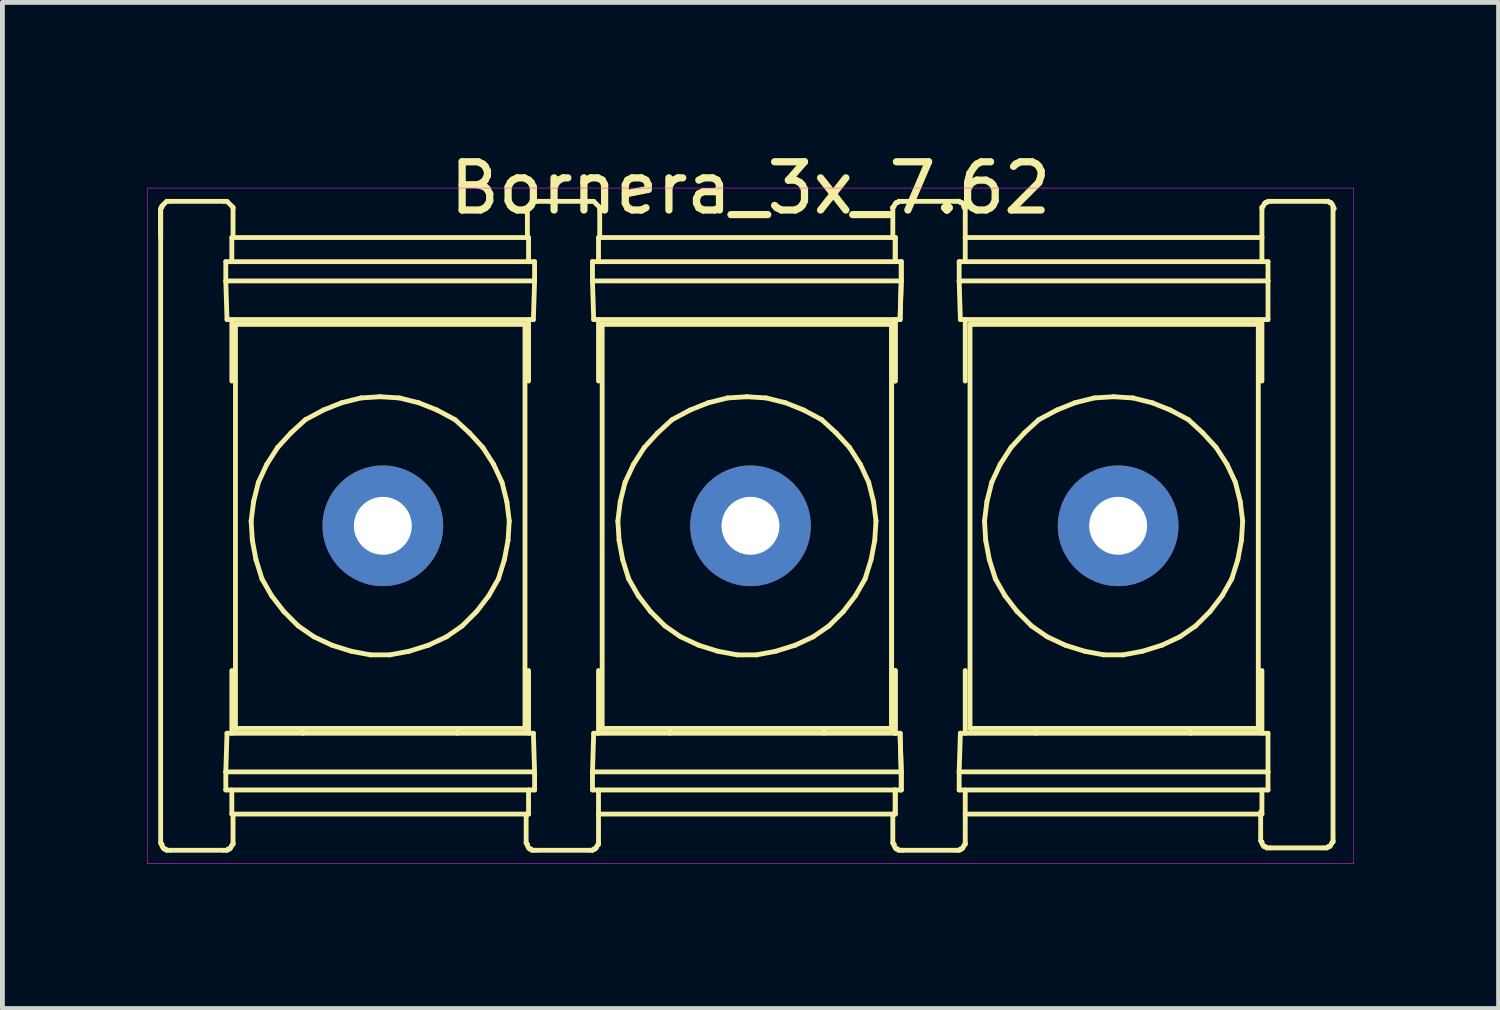
<source format=kicad_pcb>
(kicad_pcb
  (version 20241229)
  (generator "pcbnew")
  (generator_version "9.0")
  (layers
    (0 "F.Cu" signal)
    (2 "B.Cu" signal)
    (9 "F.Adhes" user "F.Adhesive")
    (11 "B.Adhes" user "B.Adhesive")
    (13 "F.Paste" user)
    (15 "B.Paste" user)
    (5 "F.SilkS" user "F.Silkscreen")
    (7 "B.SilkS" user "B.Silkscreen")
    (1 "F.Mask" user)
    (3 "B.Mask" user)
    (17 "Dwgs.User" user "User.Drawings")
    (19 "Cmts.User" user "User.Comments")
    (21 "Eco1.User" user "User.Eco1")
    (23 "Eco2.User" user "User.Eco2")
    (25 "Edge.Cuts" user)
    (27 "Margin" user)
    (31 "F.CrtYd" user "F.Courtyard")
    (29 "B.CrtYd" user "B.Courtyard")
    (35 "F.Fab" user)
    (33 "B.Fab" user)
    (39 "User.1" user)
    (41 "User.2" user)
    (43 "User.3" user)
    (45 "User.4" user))
  (footprint "Bornera_3x_7.62"
    (layer "F.Cu")
    (at 12.505 7.848)
    (property "Reference" "Bornera_3x_7.62" (at 0 -7 0) (layer "F.SilkS") (effects (font (size 1 1) (thickness 0.15))))
    (attr through_hole)
    (fp_line (start -12.225 -5.975) (end -12.225 -6.575) (stroke (width 0.1) (type solid)) (layer "F.SilkS"))
    (fp_line (start -12.225 6.575) (end -12.225 -6.525) (stroke (width 0.1) (type solid)) (layer "F.SilkS"))
    (fp_line (start -12.225 6.575) (end -12.2 6.6) (stroke (width 0.1) (type solid)) (layer "F.SilkS"))
    (fp_line (start -12.2 -6.625) (end -12.2 -6.6) (stroke (width 0.1) (type solid)) (layer "F.SilkS"))
    (fp_line (start -12.2 -6.6) (end -12.225 -6.575) (stroke (width 0.1) (type solid)) (layer "F.SilkS"))
    (fp_line (start -12.2 6.6) (end -12.2 6.625) (stroke (width 0.1) (type solid)) (layer "F.SilkS"))
    (fp_line (start -12.2 6.625) (end -12.174 6.675) (stroke (width 0.1) (type solid)) (layer "F.SilkS"))
    (fp_line (start -12.174 -6.65) (end -12.2 -6.625) (stroke (width 0.1) (type solid)) (layer "F.SilkS"))
    (fp_line (start -12.174 6.675) (end -12.149 6.7) (stroke (width 0.1) (type solid)) (layer "F.SilkS"))
    (fp_line (start -12.149 6.7) (end -12.124 6.7) (stroke (width 0.1) (type solid)) (layer "F.SilkS"))
    (fp_line (start -12.124 6.7) (end -12.1 6.725) (stroke (width 0.1) (type solid)) (layer "F.SilkS"))
    (fp_line (start -12.1 -6.725) (end -12.174 -6.65) (stroke (width 0.1) (type solid)) (layer "F.SilkS"))
    (fp_line (start -12.1 6.725) (end -12.025 6.725) (stroke (width 0.1) (type solid)) (layer "F.SilkS"))
    (fp_line (start -12.025 -6.725) (end -12.1 -6.725) (stroke (width 0.1) (type solid)) (layer "F.SilkS"))
    (fp_line (start -12.025 -6.725) (end -10.924 -6.725) (stroke (width 0.1) (type solid)) (layer "F.SilkS"))
    (fp_line (start -10.924 6.725) (end -12.025 6.725) (stroke (width 0.1) (type solid)) (layer "F.SilkS"))
    (fp_line (start -10.924 6.725) (end -10.85 6.725) (stroke (width 0.1) (type solid)) (layer "F.SilkS"))
    (fp_line (start -10.875 -5.475) (end -10.875 -5.075) (stroke (width 0.1) (type solid)) (layer "F.SilkS"))
    (fp_line (start -10.875 -5.075) (end -10.85 -4.275) (stroke (width 0.1) (type solid)) (layer "F.SilkS"))
    (fp_line (start -10.875 5.1) (end -10.875 5.475) (stroke (width 0.1) (type solid)) (layer "F.SilkS"))
    (fp_line (start -10.85 -6.725) (end -10.924 -6.725) (stroke (width 0.1) (type solid)) (layer "F.SilkS"))
    (fp_line (start -10.85 4.3) (end -10.875 5.1) (stroke (width 0.1) (type solid)) (layer "F.SilkS"))
    (fp_line (start -10.85 6.725) (end -10.825 6.7) (stroke (width 0.1) (type solid)) (layer "F.SilkS"))
    (fp_line (start -10.825 6.7) (end -10.8 6.7) (stroke (width 0.1) (type solid)) (layer "F.SilkS"))
    (fp_line (start -10.8 6.7) (end -10.775 6.675) (stroke (width 0.1) (type solid)) (layer "F.SilkS"))
    (fp_line (start -10.775 6.675) (end -10.75 6.625) (stroke (width 0.1) (type solid)) (layer "F.SilkS"))
    (fp_line (start -10.75 -5.975) (end -10.75 -5.475) (stroke (width 0.1) (type solid)) (layer "F.SilkS"))
    (fp_line (start -10.75 -4.275) (end -10.75 -3) (stroke (width 0.1) (type solid)) (layer "F.SilkS"))
    (fp_line (start -10.75 3) (end -10.75 4.3) (stroke (width 0.1) (type solid)) (layer "F.SilkS"))
    (fp_line (start -10.75 5.475) (end -10.75 5.975) (stroke (width 0.1) (type solid)) (layer "F.SilkS"))
    (fp_line (start -10.75 6.625) (end -10.725 6.6) (stroke (width 0.1) (type solid)) (layer "F.SilkS"))
    (fp_line (start -10.725 -6.6) (end -10.85 -6.725) (stroke (width 0.1) (type solid)) (layer "F.SilkS"))
    (fp_line (start -10.725 -6.575) (end -10.725 -6.6) (stroke (width 0.1) (type solid)) (layer "F.SilkS"))
    (fp_line (start -10.725 -5.975) (end -10.725 -6.575) (stroke (width 0.1) (type solid)) (layer "F.SilkS"))
    (fp_line (start -10.725 6.575) (end -10.725 5.975) (stroke (width 0.1) (type solid)) (layer "F.SilkS"))
    (fp_line (start -10.725 6.6) (end -10.725 6.575) (stroke (width 0.1) (type solid)) (layer "F.SilkS"))
    (fp_line (start -10.675 -4.175) (end -4.674 -4.175) (stroke (width 0.1) (type solid)) (layer "F.SilkS"))
    (fp_line (start -10.675 4.2) (end -10.675 -4.175) (stroke (width 0.1) (type solid)) (layer "F.SilkS"))
    (fp_line (start -10.35 -0.1) (end -10.325 0.3) (stroke (width 0.1) (type solid)) (layer "F.SilkS"))
    (fp_line (start -10.325 0.3) (end -10.25 0.7) (stroke (width 0.1) (type solid)) (layer "F.SilkS"))
    (fp_line (start -10.299 -0.5) (end -10.35 -0.1) (stroke (width 0.1) (type solid)) (layer "F.SilkS"))
    (fp_line (start -10.25 0.7) (end -10.125 1.1) (stroke (width 0.1) (type solid)) (layer "F.SilkS"))
    (fp_line (start -10.2 -0.9) (end -10.299 -0.5) (stroke (width 0.1) (type solid)) (layer "F.SilkS"))
    (fp_line (start -10.125 1.1) (end -9.925 1.45) (stroke (width 0.1) (type solid)) (layer "F.SilkS"))
    (fp_line (start -10.025 -1.275) (end -10.2 -0.9) (stroke (width 0.1) (type solid)) (layer "F.SilkS"))
    (fp_line (start -9.925 1.45) (end -9.674 1.775) (stroke (width 0.1) (type solid)) (layer "F.SilkS"))
    (fp_line (start -9.8 -1.625) (end -10.025 -1.275) (stroke (width 0.1) (type solid)) (layer "F.SilkS"))
    (fp_line (start -9.674 1.775) (end -9.375 2.075) (stroke (width 0.1) (type solid)) (layer "F.SilkS"))
    (fp_line (start -9.525 -1.925) (end -9.8 -1.625) (stroke (width 0.1) (type solid)) (layer "F.SilkS"))
    (fp_line (start -9.375 2.075) (end -9.049 2.3) (stroke (width 0.1) (type solid)) (layer "F.SilkS"))
    (fp_line (start -9.275 4.3) (end -9.275 4.2) (stroke (width 0.1) (type solid)) (layer "F.SilkS"))
    (fp_line (start -9.225 -2.2) (end -9.525 -1.925) (stroke (width 0.1) (type solid)) (layer "F.SilkS"))
    (fp_line (start -9.049 2.3) (end -8.675 2.475) (stroke (width 0.1) (type solid)) (layer "F.SilkS"))
    (fp_line (start -8.85 -2.4) (end -9.225 -2.2) (stroke (width 0.1) (type solid)) (layer "F.SilkS"))
    (fp_line (start -8.675 2.475) (end -8.275 2.6) (stroke (width 0.1) (type solid)) (layer "F.SilkS"))
    (fp_line (start -8.475 -2.55) (end -8.85 -2.4) (stroke (width 0.1) (type solid)) (layer "F.SilkS"))
    (fp_line (start -8.275 2.6) (end -7.875 2.675) (stroke (width 0.1) (type solid)) (layer "F.SilkS"))
    (fp_line (start -8.074 -2.65) (end -8.475 -2.55) (stroke (width 0.1) (type solid)) (layer "F.SilkS"))
    (fp_line (start -7.875 2.675) (end -7.474 2.675) (stroke (width 0.1) (type solid)) (layer "F.SilkS"))
    (fp_line (start -7.675 -2.675) (end -8.074 -2.65) (stroke (width 0.1) (type solid)) (layer "F.SilkS"))
    (fp_line (start -7.474 2.675) (end -7.075 2.6) (stroke (width 0.1) (type solid)) (layer "F.SilkS"))
    (fp_line (start -7.275 -2.65) (end -7.675 -2.675) (stroke (width 0.1) (type solid)) (layer "F.SilkS"))
    (fp_line (start -7.075 2.6) (end -6.675 2.475) (stroke (width 0.1) (type solid)) (layer "F.SilkS"))
    (fp_line (start -6.875 -2.55) (end -7.275 -2.65) (stroke (width 0.1) (type solid)) (layer "F.SilkS"))
    (fp_line (start -6.675 2.475) (end -6.3 2.3) (stroke (width 0.1) (type solid)) (layer "F.SilkS"))
    (fp_line (start -6.499 -2.4) (end -6.875 -2.55) (stroke (width 0.1) (type solid)) (layer "F.SilkS"))
    (fp_line (start -6.3 2.3) (end -5.975 2.075) (stroke (width 0.1) (type solid)) (layer "F.SilkS"))
    (fp_line (start -6.124 -2.2) (end -6.499 -2.4) (stroke (width 0.1) (type solid)) (layer "F.SilkS"))
    (fp_line (start -6.075 4.3) (end -6.075 4.2) (stroke (width 0.1) (type solid)) (layer "F.SilkS"))
    (fp_line (start -5.975 2.075) (end -5.675 1.775) (stroke (width 0.1) (type solid)) (layer "F.SilkS"))
    (fp_line (start -5.824 -1.925) (end -6.124 -2.2) (stroke (width 0.1) (type solid)) (layer "F.SilkS"))
    (fp_line (start -5.675 1.775) (end -5.425 1.45) (stroke (width 0.1) (type solid)) (layer "F.SilkS"))
    (fp_line (start -5.549 -1.625) (end -5.824 -1.925) (stroke (width 0.1) (type solid)) (layer "F.SilkS"))
    (fp_line (start -5.425 1.45) (end -5.225 1.1) (stroke (width 0.1) (type solid)) (layer "F.SilkS"))
    (fp_line (start -5.325 -1.275) (end -5.549 -1.625) (stroke (width 0.1) (type solid)) (layer "F.SilkS"))
    (fp_line (start -5.225 1.1) (end -5.1 0.7) (stroke (width 0.1) (type solid)) (layer "F.SilkS"))
    (fp_line (start -5.15 -0.9) (end -5.325 -1.275) (stroke (width 0.1) (type solid)) (layer "F.SilkS"))
    (fp_line (start -5.1 0.7) (end -5.025 0.3) (stroke (width 0.1) (type solid)) (layer "F.SilkS"))
    (fp_line (start -5.05 -0.5) (end -5.15 -0.9) (stroke (width 0.1) (type solid)) (layer "F.SilkS"))
    (fp_line (start -5.025 0.3) (end -5 -0.1) (stroke (width 0.1) (type solid)) (layer "F.SilkS"))
    (fp_line (start -5 -0.1) (end -5.05 -0.5) (stroke (width 0.1) (type solid)) (layer "F.SilkS"))
    (fp_line (start -4.674 4.2) (end -10.675 4.2) (stroke (width 0.1) (type solid)) (layer "F.SilkS"))
    (fp_line (start -4.674 4.2) (end -4.674 -4.175) (stroke (width 0.1) (type solid)) (layer "F.SilkS"))
    (fp_line (start -4.65 6.575) (end -4.65 5.975) (stroke (width 0.1) (type solid)) (layer "F.SilkS"))
    (fp_line (start -4.65 6.575) (end -4.625 6.6) (stroke (width 0.1) (type solid)) (layer "F.SilkS"))
    (fp_line (start -4.625 6.6) (end -4.625 6.625) (stroke (width 0.1) (type solid)) (layer "F.SilkS"))
    (fp_line (start -4.625 6.625) (end -4.6 6.675) (stroke (width 0.1) (type solid)) (layer "F.SilkS"))
    (fp_line (start -4.624 -5.975) (end -4.624 -6.575) (stroke (width 0.1) (type solid)) (layer "F.SilkS"))
    (fp_line (start -4.6 6.675) (end -4.575 6.7) (stroke (width 0.1) (type solid)) (layer "F.SilkS"))
    (fp_line (start -4.6 -6.625) (end -4.6 -6.6) (stroke (width 0.1) (type solid)) (layer "F.SilkS"))
    (fp_line (start -4.6 -6.6) (end -4.625 -6.575) (stroke (width 0.1) (type solid)) (layer "F.SilkS"))
    (fp_line (start -4.6 -5.975) (end -10.75 -5.975) (stroke (width 0.1) (type solid)) (layer "F.SilkS"))
    (fp_line (start -4.6 -5.975) (end -4.6 -5.475) (stroke (width 0.1) (type solid)) (layer "F.SilkS"))
    (fp_line (start -4.6 -4.275) (end -4.6 -3) (stroke (width 0.1) (type solid)) (layer "F.SilkS"))
    (fp_line (start -4.6 3) (end -4.6 4.3) (stroke (width 0.1) (type solid)) (layer "F.SilkS"))
    (fp_line (start -4.6 5.475) (end -4.6 5.975) (stroke (width 0.1) (type solid)) (layer "F.SilkS"))
    (fp_line (start -4.6 5.975) (end -10.75 5.975) (stroke (width 0.1) (type solid)) (layer "F.SilkS"))
    (fp_line (start -4.575 6.7) (end -4.55 6.7) (stroke (width 0.1) (type solid)) (layer "F.SilkS"))
    (fp_line (start -4.55 6.7) (end -4.525 6.725) (stroke (width 0.1) (type solid)) (layer "F.SilkS"))
    (fp_line (start -4.525 6.725) (end -4.45 6.725) (stroke (width 0.1) (type solid)) (layer "F.SilkS"))
    (fp_line (start -4.5 -6.725) (end -4.6 -6.625) (stroke (width 0.1) (type solid)) (layer "F.SilkS"))
    (fp_line (start -4.5 -4.275) (end -10.85 -4.275) (stroke (width 0.1) (type solid)) (layer "F.SilkS"))
    (fp_line (start -4.5 4.3) (end -10.85 4.3) (stroke (width 0.1) (type solid)) (layer "F.SilkS"))
    (fp_line (start -4.5 4.3) (end -4.475 5.1) (stroke (width 0.1) (type solid)) (layer "F.SilkS"))
    (fp_line (start -4.475 -5.475) (end -10.875 -5.475) (stroke (width 0.1) (type solid)) (layer "F.SilkS"))
    (fp_line (start -4.475 -5.475) (end -4.475 -5.075) (stroke (width 0.1) (type solid)) (layer "F.SilkS"))
    (fp_line (start -4.475 -5.075) (end -10.875 -5.075) (stroke (width 0.1) (type solid)) (layer "F.SilkS"))
    (fp_line (start -4.475 -5.075) (end -4.5 -4.275) (stroke (width 0.1) (type solid)) (layer "F.SilkS"))
    (fp_line (start -4.475 5.1) (end -10.875 5.1) (stroke (width 0.1) (type solid)) (layer "F.SilkS"))
    (fp_line (start -4.475 5.1) (end -4.475 5.475) (stroke (width 0.1) (type solid)) (layer "F.SilkS"))
    (fp_line (start -4.475 5.475) (end -10.875 5.475) (stroke (width 0.1) (type solid)) (layer "F.SilkS"))
    (fp_line (start -4.425 -6.725) (end -4.5 -6.725) (stroke (width 0.1) (type solid)) (layer "F.SilkS"))
    (fp_line (start -4.425 -6.725) (end -3.325 -6.725) (stroke (width 0.1) (type solid)) (layer "F.SilkS"))
    (fp_line (start -4.175 -6.725) (end -4.175 -6.725) (stroke (width 0.1) (type solid)) (layer "F.SilkS"))
    (fp_line (start -3.35 6.725) (end -4.45 6.725) (stroke (width 0.1) (type solid)) (layer "F.SilkS"))
    (fp_line (start -3.35 6.725) (end -3.275 6.725) (stroke (width 0.1) (type solid)) (layer "F.SilkS"))
    (fp_line (start -3.275 6.725) (end -3.25 6.7) (stroke (width 0.1) (type solid)) (layer "F.SilkS"))
    (fp_line (start -3.275 -5.475) (end -3.275 -5.075) (stroke (width 0.1) (type solid)) (layer "F.SilkS"))
    (fp_line (start -3.275 -5.075) (end -3.25 -4.275) (stroke (width 0.1) (type solid)) (layer "F.SilkS"))
    (fp_line (start -3.275 5.1) (end -3.275 5.475) (stroke (width 0.1) (type solid)) (layer "F.SilkS"))
    (fp_line (start -3.25 6.7) (end -3.225 6.7) (stroke (width 0.1) (type solid)) (layer "F.SilkS"))
    (fp_line (start -3.25 -6.725) (end -3.325 -6.725) (stroke (width 0.1) (type solid)) (layer "F.SilkS"))
    (fp_line (start -3.25 4.3) (end -3.275 5.1) (stroke (width 0.1) (type solid)) (layer "F.SilkS"))
    (fp_line (start -3.225 6.7) (end -3.2 6.675) (stroke (width 0.1) (type solid)) (layer "F.SilkS"))
    (fp_line (start -3.2 6.675) (end -3.175 6.625) (stroke (width 0.1) (type solid)) (layer "F.SilkS"))
    (fp_line (start -3.175 6.625) (end -3.15 6.6) (stroke (width 0.1) (type solid)) (layer "F.SilkS"))
    (fp_line (start -3.15 -5.975) (end -3.15 -5.475) (stroke (width 0.1) (type solid)) (layer "F.SilkS"))
    (fp_line (start -3.15 -4.275) (end -3.15 -3) (stroke (width 0.1) (type solid)) (layer "F.SilkS"))
    (fp_line (start -3.15 3) (end -3.15 4.3) (stroke (width 0.1) (type solid)) (layer "F.SilkS"))
    (fp_line (start -3.15 5.475) (end -3.15 5.975) (stroke (width 0.1) (type solid)) (layer "F.SilkS"))
    (fp_line (start -3.15 6.575) (end -3.15 5.975) (stroke (width 0.1) (type solid)) (layer "F.SilkS"))
    (fp_line (start -3.15 6.6) (end -3.15 6.575) (stroke (width 0.1) (type solid)) (layer "F.SilkS"))
    (fp_line (start -3.125 -6.6) (end -3.25 -6.725) (stroke (width 0.1) (type solid)) (layer "F.SilkS"))
    (fp_line (start -3.125 -6.575) (end -3.125 -6.6) (stroke (width 0.1) (type solid)) (layer "F.SilkS"))
    (fp_line (start -3.125 -5.975) (end -3.125 -6.575) (stroke (width 0.1) (type solid)) (layer "F.SilkS"))
    (fp_line (start -3.074 -4.175) (end 2.925 -4.175) (stroke (width 0.1) (type solid)) (layer "F.SilkS"))
    (fp_line (start -3.074 4.2) (end -3.074 -4.175) (stroke (width 0.1) (type solid)) (layer "F.SilkS"))
    (fp_line (start -2.749 -0.1) (end -2.724 0.3) (stroke (width 0.1) (type solid)) (layer "F.SilkS"))
    (fp_line (start -2.724 0.3) (end -2.65 0.7) (stroke (width 0.1) (type solid)) (layer "F.SilkS"))
    (fp_line (start -2.7 -0.5) (end -2.749 -0.1) (stroke (width 0.1) (type solid)) (layer "F.SilkS"))
    (fp_line (start -2.65 0.7) (end -2.525 1.1) (stroke (width 0.1) (type solid)) (layer "F.SilkS"))
    (fp_line (start -2.6 -0.9) (end -2.7 -0.5) (stroke (width 0.1) (type solid)) (layer "F.SilkS"))
    (fp_line (start -2.525 1.1) (end -2.325 1.45) (stroke (width 0.1) (type solid)) (layer "F.SilkS"))
    (fp_line (start -2.424 -1.275) (end -2.6 -0.9) (stroke (width 0.1) (type solid)) (layer "F.SilkS"))
    (fp_line (start -2.325 1.45) (end -2.074 1.775) (stroke (width 0.1) (type solid)) (layer "F.SilkS"))
    (fp_line (start -2.2 -1.625) (end -2.424 -1.275) (stroke (width 0.1) (type solid)) (layer "F.SilkS"))
    (fp_line (start -2.074 1.775) (end -1.774 2.075) (stroke (width 0.1) (type solid)) (layer "F.SilkS"))
    (fp_line (start -1.925 -1.925) (end -2.2 -1.625) (stroke (width 0.1) (type solid)) (layer "F.SilkS"))
    (fp_line (start -1.774 2.075) (end -1.449 2.3) (stroke (width 0.1) (type solid)) (layer "F.SilkS"))
    (fp_line (start -1.675 4.3) (end -1.675 4.2) (stroke (width 0.1) (type solid)) (layer "F.SilkS"))
    (fp_line (start -1.625 -2.2) (end -1.925 -1.925) (stroke (width 0.1) (type solid)) (layer "F.SilkS"))
    (fp_line (start -1.449 2.3) (end -1.075 2.475) (stroke (width 0.1) (type solid)) (layer "F.SilkS"))
    (fp_line (start -1.25 -2.4) (end -1.625 -2.2) (stroke (width 0.1) (type solid)) (layer "F.SilkS"))
    (fp_line (start -1.075 2.475) (end -0.675 2.6) (stroke (width 0.1) (type solid)) (layer "F.SilkS"))
    (fp_line (start -0.874 -2.55) (end -1.25 -2.4) (stroke (width 0.1) (type solid)) (layer "F.SilkS"))
    (fp_line (start -0.675 2.6) (end -0.274 2.675) (stroke (width 0.1) (type solid)) (layer "F.SilkS"))
    (fp_line (start -0.475 -2.65) (end -0.874 -2.55) (stroke (width 0.1) (type solid)) (layer "F.SilkS"))
    (fp_line (start -0.274 2.675) (end 0.126 2.675) (stroke (width 0.1) (type solid)) (layer "F.SilkS"))
    (fp_line (start -0.075 -2.675) (end -0.475 -2.65) (stroke (width 0.1) (type solid)) (layer "F.SilkS"))
    (fp_line (start 0.126 2.675) (end 0.525 2.6) (stroke (width 0.1) (type solid)) (layer "F.SilkS"))
    (fp_line (start 0.326 -2.65) (end -0.075 -2.675) (stroke (width 0.1) (type solid)) (layer "F.SilkS"))
    (fp_line (start 0.525 2.6) (end 0.925 2.475) (stroke (width 0.1) (type solid)) (layer "F.SilkS"))
    (fp_line (start 0.726 -2.55) (end 0.326 -2.65) (stroke (width 0.1) (type solid)) (layer "F.SilkS"))
    (fp_line (start 0.925 2.475) (end 1.301 2.3) (stroke (width 0.1) (type solid)) (layer "F.SilkS"))
    (fp_line (start 1.101 -2.4) (end 0.726 -2.55) (stroke (width 0.1) (type solid)) (layer "F.SilkS"))
    (fp_line (start 1.301 2.3) (end 1.626 2.075) (stroke (width 0.1) (type solid)) (layer "F.SilkS"))
    (fp_line (start 1.475 -2.2) (end 1.101 -2.4) (stroke (width 0.1) (type solid)) (layer "F.SilkS"))
    (fp_line (start 1.525 4.3) (end 1.525 4.2) (stroke (width 0.1) (type solid)) (layer "F.SilkS"))
    (fp_line (start 1.626 2.075) (end 1.926 1.775) (stroke (width 0.1) (type solid)) (layer "F.SilkS"))
    (fp_line (start 1.775 -1.925) (end 1.475 -2.2) (stroke (width 0.1) (type solid)) (layer "F.SilkS"))
    (fp_line (start 1.926 1.775) (end 2.175 1.45) (stroke (width 0.1) (type solid)) (layer "F.SilkS"))
    (fp_line (start 2.051 -1.625) (end 1.775 -1.925) (stroke (width 0.1) (type solid)) (layer "F.SilkS"))
    (fp_line (start 2.175 1.45) (end 2.375 1.1) (stroke (width 0.1) (type solid)) (layer "F.SilkS"))
    (fp_line (start 2.276 -1.275) (end 2.051 -1.625) (stroke (width 0.1) (type solid)) (layer "F.SilkS"))
    (fp_line (start 2.375 1.1) (end 2.5 0.7) (stroke (width 0.1) (type solid)) (layer "F.SilkS"))
    (fp_line (start 2.45 -0.9) (end 2.276 -1.275) (stroke (width 0.1) (type solid)) (layer "F.SilkS"))
    (fp_line (start 2.5 0.7) (end 2.576 0.3) (stroke (width 0.1) (type solid)) (layer "F.SilkS"))
    (fp_line (start 2.551 -0.5) (end 2.45 -0.9) (stroke (width 0.1) (type solid)) (layer "F.SilkS"))
    (fp_line (start 2.576 0.3) (end 2.601 -0.1) (stroke (width 0.1) (type solid)) (layer "F.SilkS"))
    (fp_line (start 2.601 -0.1) (end 2.551 -0.5) (stroke (width 0.1) (type solid)) (layer "F.SilkS"))
    (fp_line (start 2.925 4.2) (end -3.074 4.2) (stroke (width 0.1) (type solid)) (layer "F.SilkS"))
    (fp_line (start 2.925 4.2) (end 2.925 -4.175) (stroke (width 0.1) (type solid)) (layer "F.SilkS"))
    (fp_line (start 2.925 4.2) (end 2.925 -4.175) (stroke (width 0.1) (type solid)) (layer "F.SilkS"))
    (fp_line (start 2.95 -6.6) (end 2.95 -6.575) (stroke (width 0.1) (type solid)) (layer "F.SilkS"))
    (fp_line (start 2.95 -6.575) (end 2.95 -5.975) (stroke (width 0.1) (type solid)) (layer "F.SilkS"))
    (fp_line (start 2.95 6.575) (end 2.95 5.975) (stroke (width 0.1) (type solid)) (layer "F.SilkS"))
    (fp_line (start 2.95 6.575) (end 2.975 6.6) (stroke (width 0.1) (type solid)) (layer "F.SilkS"))
    (fp_line (start 2.975 -6.625) (end 2.95 -6.6) (stroke (width 0.1) (type solid)) (layer "F.SilkS"))
    (fp_line (start 2.975 6.6) (end 2.975 6.625) (stroke (width 0.1) (type solid)) (layer "F.SilkS"))
    (fp_line (start 2.975 6.625) (end 3 6.675) (stroke (width 0.1) (type solid)) (layer "F.SilkS"))
    (fp_line (start 3 -6.675) (end 2.975 -6.625) (stroke (width 0.1) (type solid)) (layer "F.SilkS"))
    (fp_line (start 3 -5.975) (end -3.15 -5.975) (stroke (width 0.1) (type solid)) (layer "F.SilkS"))
    (fp_line (start 3 -5.975) (end 3 -5.475) (stroke (width 0.1) (type solid)) (layer "F.SilkS"))
    (fp_line (start 3 -5.975) (end 3 -5.475) (stroke (width 0.1) (type solid)) (layer "F.SilkS"))
    (fp_line (start 3 -4.275) (end 3 -3) (stroke (width 0.1) (type solid)) (layer "F.SilkS"))
    (fp_line (start 3 -4.275) (end 3 -3) (stroke (width 0.1) (type solid)) (layer "F.SilkS"))
    (fp_line (start 3 3) (end 3 4.3) (stroke (width 0.1) (type solid)) (layer "F.SilkS"))
    (fp_line (start 3 3) (end 3 4.3) (stroke (width 0.1) (type solid)) (layer "F.SilkS"))
    (fp_line (start 3 5.475) (end 3 5.975) (stroke (width 0.1) (type solid)) (layer "F.SilkS"))
    (fp_line (start 3 5.475) (end 3 5.975) (stroke (width 0.1) (type solid)) (layer "F.SilkS"))
    (fp_line (start 3 5.975) (end -3.15 5.975) (stroke (width 0.1) (type solid)) (layer "F.SilkS"))
    (fp_line (start 3 6.675) (end 3.025 6.7) (stroke (width 0.1) (type solid)) (layer "F.SilkS"))
    (fp_line (start 3.025 -6.7) (end 3 -6.675) (stroke (width 0.1) (type solid)) (layer "F.SilkS"))
    (fp_line (start 3.025 6.7) (end 3.05 6.7) (stroke (width 0.1) (type solid)) (layer "F.SilkS"))
    (fp_line (start 3.05 6.7) (end 3.075 6.725) (stroke (width 0.1) (type solid)) (layer "F.SilkS"))
    (fp_line (start 3.051 -6.7) (end 3.025 -6.7) (stroke (width 0.1) (type solid)) (layer "F.SilkS"))
    (fp_line (start 3.075 6.725) (end 3.151 6.725) (stroke (width 0.1) (type solid)) (layer "F.SilkS"))
    (fp_line (start 3.076 -6.725) (end 3.051 -6.7) (stroke (width 0.1) (type solid)) (layer "F.SilkS"))
    (fp_line (start 3.1 -4.275) (end -3.25 -4.275) (stroke (width 0.1) (type solid)) (layer "F.SilkS"))
    (fp_line (start 3.1 4.3) (end -3.25 4.3) (stroke (width 0.1) (type solid)) (layer "F.SilkS"))
    (fp_line (start 3.1 4.3) (end 3.125 5.1) (stroke (width 0.1) (type solid)) (layer "F.SilkS"))
    (fp_line (start 3.1 4.3) (end 3.125 5.1) (stroke (width 0.1) (type solid)) (layer "F.SilkS"))
    (fp_line (start 3.125 -5.475) (end -3.275 -5.475) (stroke (width 0.1) (type solid)) (layer "F.SilkS"))
    (fp_line (start 3.125 -5.475) (end 3.125 -5.075) (stroke (width 0.1) (type solid)) (layer "F.SilkS"))
    (fp_line (start 3.125 -5.475) (end 3.125 -5.075) (stroke (width 0.1) (type solid)) (layer "F.SilkS"))
    (fp_line (start 3.125 -5.075) (end -3.275 -5.075) (stroke (width 0.1) (type solid)) (layer "F.SilkS"))
    (fp_line (start 3.125 -5.075) (end 3.1 -4.275) (stroke (width 0.1) (type solid)) (layer "F.SilkS"))
    (fp_line (start 3.125 -5.075) (end 3.1 -4.275) (stroke (width 0.1) (type solid)) (layer "F.SilkS"))
    (fp_line (start 3.125 5.1) (end -3.275 5.1) (stroke (width 0.1) (type solid)) (layer "F.SilkS"))
    (fp_line (start 3.125 5.1) (end 3.125 5.475) (stroke (width 0.1) (type solid)) (layer "F.SilkS"))
    (fp_line (start 3.125 5.1) (end 3.125 5.475) (stroke (width 0.1) (type solid)) (layer "F.SilkS"))
    (fp_line (start 3.125 5.475) (end -3.275 5.475) (stroke (width 0.1) (type solid)) (layer "F.SilkS"))
    (fp_line (start 3.151 -6.725) (end 3.076 -6.725) (stroke (width 0.1) (type solid)) (layer "F.SilkS"))
    (fp_line (start 3.151 -6.725) (end 4.25 -6.725) (stroke (width 0.1) (type solid)) (layer "F.SilkS"))
    (fp_line (start 4.25 6.725) (end 3.151 6.725) (stroke (width 0.1) (type solid)) (layer "F.SilkS"))
    (fp_line (start 4.25 6.725) (end 4.325 6.725) (stroke (width 0.1) (type solid)) (layer "F.SilkS"))
    (fp_line (start 4.325 -5.475) (end 4.325 -5.075) (stroke (width 0.1) (type solid)) (layer "F.SilkS"))
    (fp_line (start 4.325 -5.075) (end 4.35 -4.275) (stroke (width 0.1) (type solid)) (layer "F.SilkS"))
    (fp_line (start 4.325 5.1) (end 4.325 5.475) (stroke (width 0.1) (type solid)) (layer "F.SilkS"))
    (fp_line (start 4.325 6.725) (end 4.35 6.7) (stroke (width 0.1) (type solid)) (layer "F.SilkS"))
    (fp_line (start 4.326 -6.726) (end 4.25 -6.726) (stroke (width 0.1) (type solid)) (layer "F.SilkS"))
    (fp_line (start 4.35 4.3) (end 4.325 5.1) (stroke (width 0.1) (type solid)) (layer "F.SilkS"))
    (fp_line (start 4.35 6.7) (end 4.376 6.7) (stroke (width 0.1) (type solid)) (layer "F.SilkS"))
    (fp_line (start 4.351 -6.701) (end 4.326 -6.726) (stroke (width 0.1) (type solid)) (layer "F.SilkS"))
    (fp_line (start 4.376 -6.701) (end 4.351 -6.701) (stroke (width 0.1) (type solid)) (layer "F.SilkS"))
    (fp_line (start 4.376 6.7) (end 4.401 6.675) (stroke (width 0.1) (type solid)) (layer "F.SilkS"))
    (fp_line (start 4.401 -6.675) (end 4.376 -6.701) (stroke (width 0.1) (type solid)) (layer "F.SilkS"))
    (fp_line (start 4.401 6.675) (end 4.426 6.625) (stroke (width 0.1) (type solid)) (layer "F.SilkS"))
    (fp_line (start 4.426 -6.625) (end 4.401 -6.675) (stroke (width 0.1) (type solid)) (layer "F.SilkS"))
    (fp_line (start 4.426 -6.6) (end 4.426 -6.625) (stroke (width 0.1) (type solid)) (layer "F.SilkS"))
    (fp_line (start 4.426 6.625) (end 4.451 6.6) (stroke (width 0.1) (type solid)) (layer "F.SilkS"))
    (fp_line (start 4.451 -6.575) (end 4.426 -6.6) (stroke (width 0.1) (type solid)) (layer "F.SilkS"))
    (fp_line (start 4.451 -6.575) (end 4.451 -5.975) (stroke (width 0.1) (type solid)) (layer "F.SilkS"))
    (fp_line (start 4.451 -5.975) (end 4.451 -5.475) (stroke (width 0.1) (type solid)) (layer "F.SilkS"))
    (fp_line (start 4.451 -4.275) (end 4.451 -3) (stroke (width 0.1) (type solid)) (layer "F.SilkS"))
    (fp_line (start 4.451 3) (end 4.451 4.3) (stroke (width 0.1) (type solid)) (layer "F.SilkS"))
    (fp_line (start 4.451 5.475) (end 4.451 5.975) (stroke (width 0.1) (type solid)) (layer "F.SilkS"))
    (fp_line (start 4.451 6.575) (end 4.451 5.975) (stroke (width 0.1) (type solid)) (layer "F.SilkS"))
    (fp_line (start 4.451 6.6) (end 4.451 6.575) (stroke (width 0.1) (type solid)) (layer "F.SilkS"))
    (fp_line (start 4.55 -4.175) (end 10.525 -4.175) (stroke (width 0.1) (type solid)) (layer "F.SilkS"))
    (fp_line (start 4.55 4.2) (end 4.55 -4.175) (stroke (width 0.1) (type solid)) (layer "F.SilkS"))
    (fp_line (start 4.85 -0.1) (end 4.875 0.3) (stroke (width 0.1) (type solid)) (layer "F.SilkS"))
    (fp_line (start 4.875 0.3) (end 4.95 0.7) (stroke (width 0.1) (type solid)) (layer "F.SilkS"))
    (fp_line (start 4.9 -0.5) (end 4.85 -0.1) (stroke (width 0.1) (type solid)) (layer "F.SilkS"))
    (fp_line (start 4.95 0.7) (end 5.076 1.1) (stroke (width 0.1) (type solid)) (layer "F.SilkS"))
    (fp_line (start 5 -0.9) (end 4.9 -0.5) (stroke (width 0.1) (type solid)) (layer "F.SilkS"))
    (fp_line (start 5.076 1.1) (end 5.275 1.45) (stroke (width 0.1) (type solid)) (layer "F.SilkS"))
    (fp_line (start 5.175 -1.275) (end 5 -0.9) (stroke (width 0.1) (type solid)) (layer "F.SilkS"))
    (fp_line (start 5.275 1.45) (end 5.525 1.775) (stroke (width 0.1) (type solid)) (layer "F.SilkS"))
    (fp_line (start 5.401 -1.625) (end 5.175 -1.275) (stroke (width 0.1) (type solid)) (layer "F.SilkS"))
    (fp_line (start 5.525 1.775) (end 5.825 2.075) (stroke (width 0.1) (type solid)) (layer "F.SilkS"))
    (fp_line (start 5.676 -1.925) (end 5.401 -1.625) (stroke (width 0.1) (type solid)) (layer "F.SilkS"))
    (fp_line (start 5.825 2.075) (end 6.15 2.3) (stroke (width 0.1) (type solid)) (layer "F.SilkS"))
    (fp_line (start 5.925 4.3) (end 5.925 4.2) (stroke (width 0.1) (type solid)) (layer "F.SilkS"))
    (fp_line (start 5.976 -2.2) (end 5.676 -1.925) (stroke (width 0.1) (type solid)) (layer "F.SilkS"))
    (fp_line (start 6.15 2.3) (end 6.525 2.475) (stroke (width 0.1) (type solid)) (layer "F.SilkS"))
    (fp_line (start 6.351 -2.4) (end 5.976 -2.2) (stroke (width 0.1) (type solid)) (layer "F.SilkS"))
    (fp_line (start 6.525 2.475) (end 6.926 2.6) (stroke (width 0.1) (type solid)) (layer "F.SilkS"))
    (fp_line (start 6.725 -2.55) (end 6.351 -2.4) (stroke (width 0.1) (type solid)) (layer "F.SilkS"))
    (fp_line (start 6.926 2.6) (end 7.326 2.675) (stroke (width 0.1) (type solid)) (layer "F.SilkS"))
    (fp_line (start 7.125 -2.65) (end 6.725 -2.55) (stroke (width 0.1) (type solid)) (layer "F.SilkS"))
    (fp_line (start 7.326 2.675) (end 7.725 2.675) (stroke (width 0.1) (type solid)) (layer "F.SilkS"))
    (fp_line (start 7.526 -2.675) (end 7.125 -2.65) (stroke (width 0.1) (type solid)) (layer "F.SilkS"))
    (fp_line (start 7.725 2.675) (end 8.125 2.6) (stroke (width 0.1) (type solid)) (layer "F.SilkS"))
    (fp_line (start 7.926 -2.65) (end 7.526 -2.675) (stroke (width 0.1) (type solid)) (layer "F.SilkS"))
    (fp_line (start 8.125 2.6) (end 8.526 2.475) (stroke (width 0.1) (type solid)) (layer "F.SilkS"))
    (fp_line (start 8.326 -2.55) (end 7.926 -2.65) (stroke (width 0.1) (type solid)) (layer "F.SilkS"))
    (fp_line (start 8.526 2.475) (end 8.901 2.3) (stroke (width 0.1) (type solid)) (layer "F.SilkS"))
    (fp_line (start 8.7 -2.4) (end 8.326 -2.55) (stroke (width 0.1) (type solid)) (layer "F.SilkS"))
    (fp_line (start 8.901 2.3) (end 9.226 2.075) (stroke (width 0.1) (type solid)) (layer "F.SilkS"))
    (fp_line (start 9.076 -2.2) (end 8.7 -2.4) (stroke (width 0.1) (type solid)) (layer "F.SilkS"))
    (fp_line (start 9.126 4.3) (end 9.126 4.2) (stroke (width 0.1) (type solid)) (layer "F.SilkS"))
    (fp_line (start 9.226 2.075) (end 9.526 1.775) (stroke (width 0.1) (type solid)) (layer "F.SilkS"))
    (fp_line (start 9.375 -1.925) (end 9.076 -2.2) (stroke (width 0.1) (type solid)) (layer "F.SilkS"))
    (fp_line (start 9.526 1.775) (end 9.776 1.45) (stroke (width 0.1) (type solid)) (layer "F.SilkS"))
    (fp_line (start 9.65 -1.625) (end 9.375 -1.925) (stroke (width 0.1) (type solid)) (layer "F.SilkS"))
    (fp_line (start 9.776 1.45) (end 9.975 1.1) (stroke (width 0.1) (type solid)) (layer "F.SilkS"))
    (fp_line (start 9.876 -1.275) (end 9.65 -1.625) (stroke (width 0.1) (type solid)) (layer "F.SilkS"))
    (fp_line (start 9.975 1.1) (end 10.101 0.7) (stroke (width 0.1) (type solid)) (layer "F.SilkS"))
    (fp_line (start 10.051 -0.9) (end 9.876 -1.275) (stroke (width 0.1) (type solid)) (layer "F.SilkS"))
    (fp_line (start 10.101 0.7) (end 10.176 0.3) (stroke (width 0.1) (type solid)) (layer "F.SilkS"))
    (fp_line (start 10.151 -0.5) (end 10.051 -0.9) (stroke (width 0.1) (type solid)) (layer "F.SilkS"))
    (fp_line (start 10.176 0.3) (end 10.201 -0.1) (stroke (width 0.1) (type solid)) (layer "F.SilkS"))
    (fp_line (start 10.201 -0.1) (end 10.151 -0.5) (stroke (width 0.1) (type solid)) (layer "F.SilkS"))
    (fp_line (start 10.525 4.2) (end 4.55 4.2) (stroke (width 0.1) (type solid)) (layer "F.SilkS"))
    (fp_line (start 10.525 4.2) (end 10.525 -4.175) (stroke (width 0.1) (type solid)) (layer "F.SilkS"))
    (fp_line (start 10.574 6.526) (end 10.574 5.925) (stroke (width 0.1) (type solid)) (layer "F.SilkS"))
    (fp_line (start 10.574 6.526) (end 10.599 6.551) (stroke (width 0.1) (type solid)) (layer "F.SilkS"))
    (fp_line (start 10.599 6.551) (end 10.599 6.576) (stroke (width 0.1) (type solid)) (layer "F.SilkS"))
    (fp_line (start 10.599 6.576) (end 10.624 6.625) (stroke (width 0.1) (type solid)) (layer "F.SilkS"))
    (fp_line (start 10.6 -6.6) (end 10.6 -6.575) (stroke (width 0.1) (type solid)) (layer "F.SilkS"))
    (fp_line (start 10.6 -6.575) (end 10.6 -5.975) (stroke (width 0.1) (type solid)) (layer "F.SilkS"))
    (fp_line (start 10.6 -5.975) (end 4.451 -5.975) (stroke (width 0.1) (type solid)) (layer "F.SilkS"))
    (fp_line (start 10.6 -5.975) (end 10.6 -5.475) (stroke (width 0.1) (type solid)) (layer "F.SilkS"))
    (fp_line (start 10.6 -4.275) (end 10.6 -3) (stroke (width 0.1) (type solid)) (layer "F.SilkS"))
    (fp_line (start 10.6 3) (end 10.6 4.3) (stroke (width 0.1) (type solid)) (layer "F.SilkS"))
    (fp_line (start 10.6 5.475) (end 10.6 5.975) (stroke (width 0.1) (type solid)) (layer "F.SilkS"))
    (fp_line (start 10.6 5.975) (end 4.451 5.975) (stroke (width 0.1) (type solid)) (layer "F.SilkS"))
    (fp_line (start 10.624 6.625) (end 10.649 6.651) (stroke (width 0.1) (type solid)) (layer "F.SilkS"))
    (fp_line (start 10.625 -6.625) (end 10.6 -6.6) (stroke (width 0.1) (type solid)) (layer "F.SilkS"))
    (fp_line (start 10.649 6.651) (end 10.674 6.651) (stroke (width 0.1) (type solid)) (layer "F.SilkS"))
    (fp_line (start 10.65 -6.675) (end 10.625 -6.625) (stroke (width 0.1) (type solid)) (layer "F.SilkS"))
    (fp_line (start 10.674 6.651) (end 10.699 6.676) (stroke (width 0.1) (type solid)) (layer "F.SilkS"))
    (fp_line (start 10.675 -6.7) (end 10.65 -6.675) (stroke (width 0.1) (type solid)) (layer "F.SilkS"))
    (fp_line (start 10.699 6.676) (end 10.774 6.676) (stroke (width 0.1) (type solid)) (layer "F.SilkS"))
    (fp_line (start 10.7 -6.7) (end 10.675 -6.7) (stroke (width 0.1) (type solid)) (layer "F.SilkS"))
    (fp_line (start 10.726 -6.725) (end 10.7 -6.7) (stroke (width 0.1) (type solid)) (layer "F.SilkS"))
    (fp_line (start 10.726 -5.475) (end 4.325 -5.475) (stroke (width 0.1) (type solid)) (layer "F.SilkS"))
    (fp_line (start 10.726 -5.475) (end 10.726 -5.075) (stroke (width 0.1) (type solid)) (layer "F.SilkS"))
    (fp_line (start 10.726 -5.075) (end 4.325 -5.075) (stroke (width 0.1) (type solid)) (layer "F.SilkS"))
    (fp_line (start 10.726 -5.075) (end 10.726 -4.275) (stroke (width 0.1) (type solid)) (layer "F.SilkS"))
    (fp_line (start 10.726 -4.275) (end 4.35 -4.275) (stroke (width 0.1) (type solid)) (layer "F.SilkS"))
    (fp_line (start 10.726 4.3) (end 4.35 4.3) (stroke (width 0.1) (type solid)) (layer "F.SilkS"))
    (fp_line (start 10.726 4.3) (end 10.726 5.1) (stroke (width 0.1) (type solid)) (layer "F.SilkS"))
    (fp_line (start 10.726 5.1) (end 4.325 5.1) (stroke (width 0.1) (type solid)) (layer "F.SilkS"))
    (fp_line (start 10.726 5.1) (end 10.726 5.475) (stroke (width 0.1) (type solid)) (layer "F.SilkS"))
    (fp_line (start 10.726 5.475) (end 4.325 5.475) (stroke (width 0.1) (type solid)) (layer "F.SilkS"))
    (fp_line (start 10.8 -6.725) (end 10.726 -6.725) (stroke (width 0.1) (type solid)) (layer "F.SilkS"))
    (fp_line (start 10.8 -6.725) (end 11.9 -6.725) (stroke (width 0.1) (type solid)) (layer "F.SilkS"))
    (fp_line (start 11.873 6.676) (end 10.774 6.676) (stroke (width 0.1) (type solid)) (layer "F.SilkS"))
    (fp_line (start 11.873 6.676) (end 11.948 6.676) (stroke (width 0.1) (type solid)) (layer "F.SilkS"))
    (fp_line (start 11.948 6.676) (end 11.973 6.651) (stroke (width 0.1) (type solid)) (layer "F.SilkS"))
    (fp_line (start 11.973 6.651) (end 11.999 6.651) (stroke (width 0.1) (type solid)) (layer "F.SilkS"))
    (fp_line (start 11.975 -6.726) (end 11.9 -6.726) (stroke (width 0.1) (type solid)) (layer "F.SilkS"))
    (fp_line (start 11.999 6.651) (end 12.024 6.625) (stroke (width 0.1) (type solid)) (layer "F.SilkS"))
    (fp_line (start 12 -6.701) (end 11.975 -6.726) (stroke (width 0.1) (type solid)) (layer "F.SilkS"))
    (fp_line (start 12.024 6.625) (end 12.049 6.575) (stroke (width 0.1) (type solid)) (layer "F.SilkS"))
    (fp_line (start 12.025 -6.701) (end 12 -6.701) (stroke (width 0.1) (type solid)) (layer "F.SilkS"))
    (fp_line (start 12.049 6.575) (end 12.074 6.55) (stroke (width 0.1) (type solid)) (layer "F.SilkS"))
    (fp_line (start 12.05 -6.675) (end 12.025 -6.701) (stroke (width 0.1) (type solid)) (layer "F.SilkS"))
    (fp_line (start 12.074 -6.575) (end 12.074 6.526) (stroke (width 0.1) (type solid)) (layer "F.SilkS"))
    (fp_line (start 12.074 6.55) (end 12.074 6.525) (stroke (width 0.1) (type solid)) (layer "F.SilkS"))
    (fp_line (start 12.075 -6.625) (end 12.05 -6.675) (stroke (width 0.1) (type solid)) (layer "F.SilkS"))
    (fp_line (start 12.075 -6.6) (end 12.075 -6.625) (stroke (width 0.1) (type solid)) (layer "F.SilkS"))
    (fp_line (start 12.1 -6.575) (end 12.075 -6.6) (stroke (width 0.1) (type solid)) (layer "F.SilkS"))
    (fp_line (start -12.5 -7) (end 12.5 -7) (stroke (width 0.01) (type solid)) (layer "F.CrtYd"))
    (fp_line (start -12.5 7) (end -12.5 -7) (stroke (width 0.01) (type solid)) (layer "F.CrtYd"))
    (fp_line (start 12.5 -7) (end 12.5 7) (stroke (width 0.01) (type solid)) (layer "F.CrtYd"))
    (fp_line (start 12.5 7) (end -12.5 7) (stroke (width 0.01) (type solid)) (layer "F.CrtYd"))
    (pad "1" thru_hole circle (at -7.62 0) (size 2.5 2.5) (drill 1.2) (layers "*.Cu" "*.Mask"))
    (pad "2" thru_hole circle (at 0 0) (size 2.5 2.5) (drill 1.2) (layers "*.Cu" "*.Mask"))
    (pad "3" thru_hole circle (at 7.62 0) (size 2.5 2.5) (drill 1.2) (layers "*.Cu" "*.Mask")))
  (gr_rect
    (start -3 -3)
    (end 28.01 17.853)
    (stroke (width 0.1) (type default))
    (fill no)
    (layer "Edge.Cuts")))
</source>
